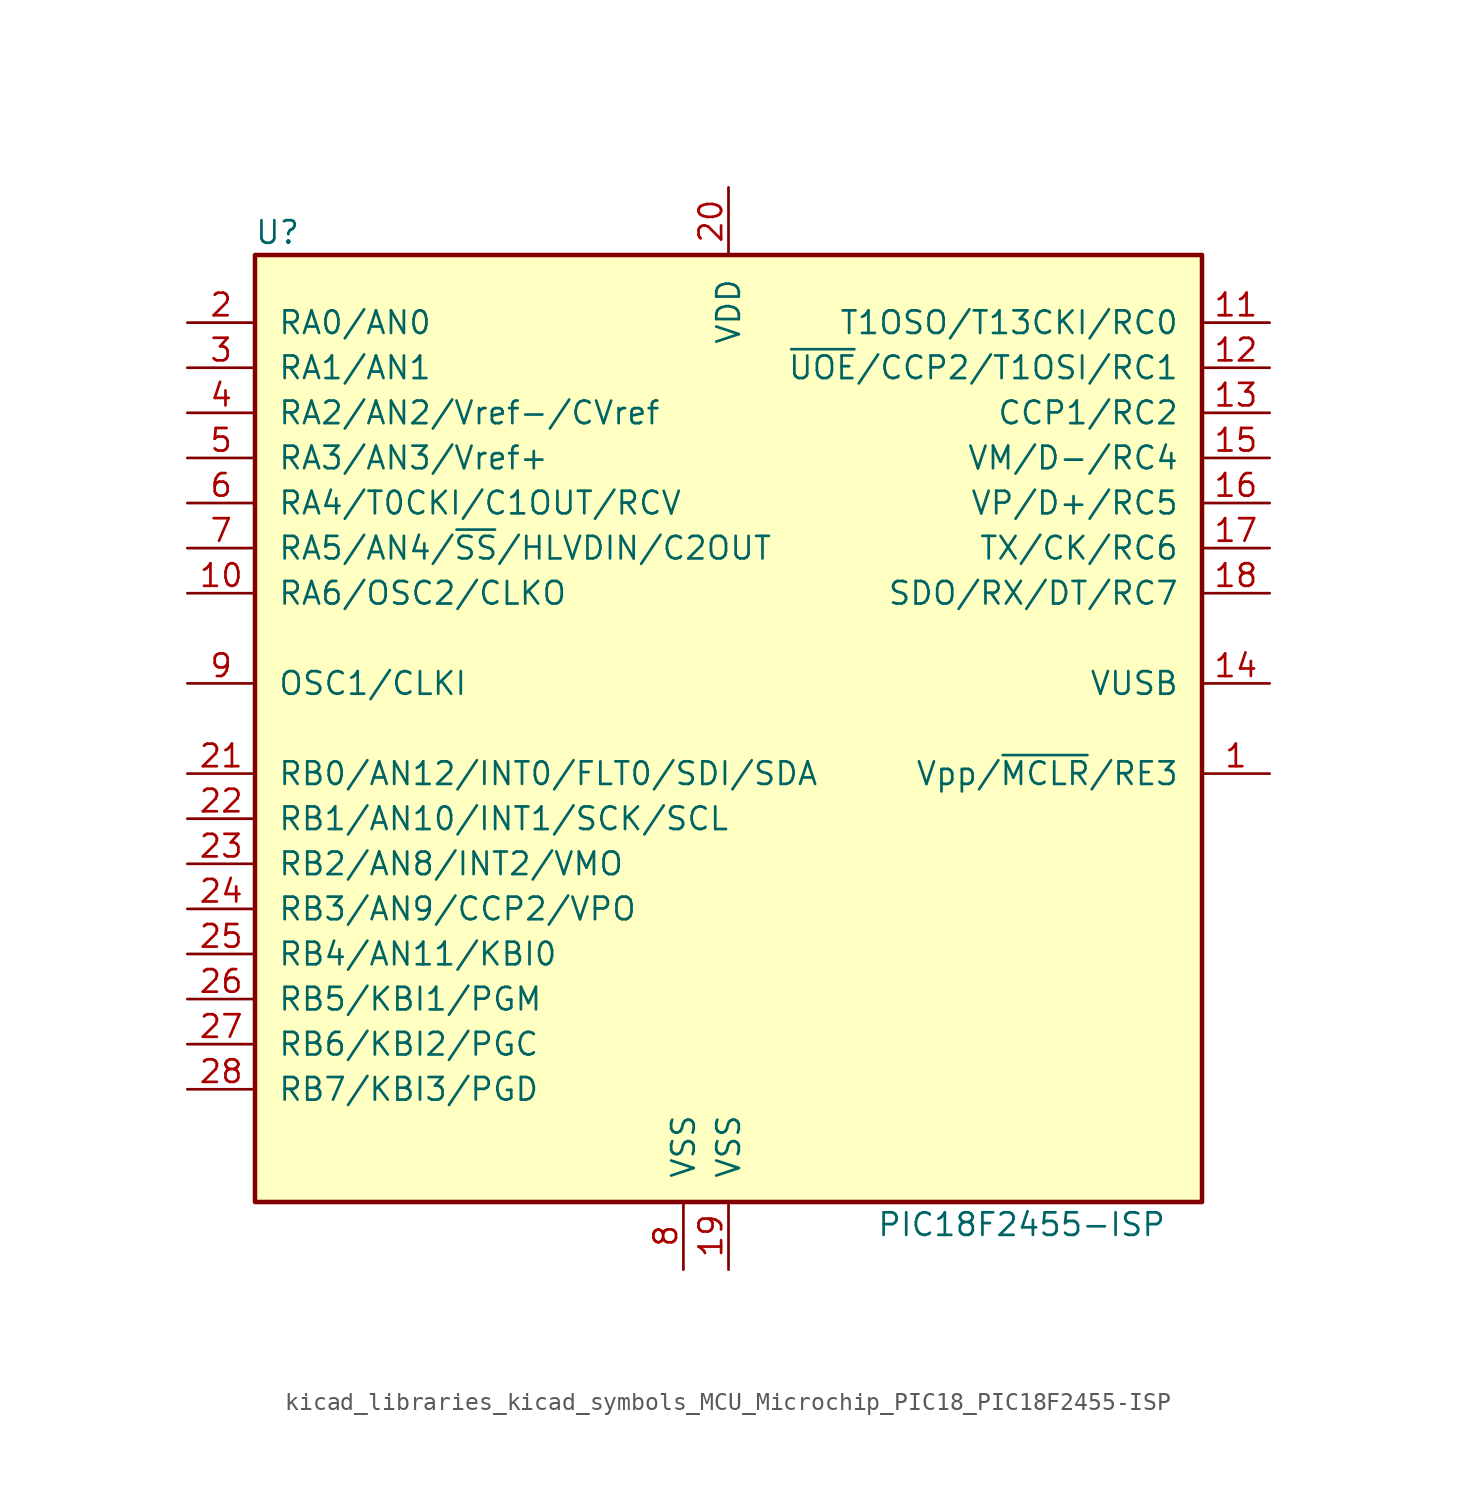
<source format=kicad_sym>
(kicad_symbol_lib
  (version 20220914)
  (generator kicad_symbol_editor)
  (symbol "kicad_libraries_kicad_symbols_MCU_Microchip_PIC18_PIC18F2455-ISP"
    (pin_names
      (offset 1.27))
    (property "Reference" "U"
      (at -25.4 27.94 0)
      (effects (font (size 1.27 1.27))))
    (property "Value" "PIC18F2455-ISP"
      (at 16.51 -27.94 0)
      (effects (font (size 1.27 1.27))))
    (symbol "kicad_libraries_kicad_symbols_MCU_Microchip_PIC18_PIC18F2455-ISP_0_1"
      (rectangle (start -26.67 26.67) (end 26.67 -26.67) (stroke (width 0.254) (type default)) (fill (type background))))
    (symbol "kicad_libraries_kicad_symbols_MCU_Microchip_PIC18_PIC18F2455-ISP_1_1"
      (pin input line (at 30.48 -2.54 180) (length 3.81) (name "Vpp/~{MCLR}/RE3" (effects (font (size 1.27 1.27)))) (number "1" (effects (font (size 1.27 1.27)))))
      (pin output line (at -30.48 7.62 0) (length 3.81) (name "RA6/OSC2/CLKO" (effects (font (size 1.27 1.27)))) (number "10" (effects (font (size 1.27 1.27)))))
      (pin bidirectional line (at 30.48 22.86 180) (length 3.81) (name "T1OSO/T13CKI/RC0" (effects (font (size 1.27 1.27)))) (number "11" (effects (font (size 1.27 1.27)))))
      (pin bidirectional line (at 30.48 20.32 180) (length 3.81) (name "~{UOE}/CCP2/T1OSI/RC1" (effects (font (size 1.27 1.27)))) (number "12" (effects (font (size 1.27 1.27)))))
      (pin bidirectional line (at 30.48 17.78 180) (length 3.81) (name "CCP1/RC2" (effects (font (size 1.27 1.27)))) (number "13" (effects (font (size 1.27 1.27)))))
      (pin bidirectional line (at 30.48 2.54 180) (length 3.81) (name "VUSB" (effects (font (size 1.27 1.27)))) (number "14" (effects (font (size 1.27 1.27)))))
      (pin bidirectional line (at 30.48 15.24 180) (length 3.81) (name "VM/D-/RC4" (effects (font (size 1.27 1.27)))) (number "15" (effects (font (size 1.27 1.27)))))
      (pin bidirectional line (at 30.48 12.7 180) (length 3.81) (name "VP/D+/RC5" (effects (font (size 1.27 1.27)))) (number "16" (effects (font (size 1.27 1.27)))))
      (pin bidirectional line (at 30.48 10.16 180) (length 3.81) (name "TX/CK/RC6" (effects (font (size 1.27 1.27)))) (number "17" (effects (font (size 1.27 1.27)))))
      (pin bidirectional line (at 30.48 7.62 180) (length 3.81) (name "SDO/RX/DT/RC7" (effects (font (size 1.27 1.27)))) (number "18" (effects (font (size 1.27 1.27)))))
      (pin power_in line (at 0 -30.48 90) (length 3.81) (name "VSS" (effects (font (size 1.27 1.27)))) (number "19" (effects (font (size 1.27 1.27)))))
      (pin bidirectional line (at -30.48 22.86 0) (length 3.81) (name "RA0/AN0" (effects (font (size 1.27 1.27)))) (number "2" (effects (font (size 1.27 1.27)))))
      (pin power_in line (at 0 30.48 270) (length 3.81) (name "VDD" (effects (font (size 1.27 1.27)))) (number "20" (effects (font (size 1.27 1.27)))))
      (pin bidirectional line (at -30.48 -2.54 0) (length 3.81) (name "RB0/AN12/INT0/FLT0/SDI/SDA" (effects (font (size 1.27 1.27)))) (number "21" (effects (font (size 1.27 1.27)))))
      (pin bidirectional line (at -30.48 -5.08 0) (length 3.81) (name "RB1/AN10/INT1/SCK/SCL" (effects (font (size 1.27 1.27)))) (number "22" (effects (font (size 1.27 1.27)))))
      (pin bidirectional line (at -30.48 -7.62 0) (length 3.81) (name "RB2/AN8/INT2/VMO" (effects (font (size 1.27 1.27)))) (number "23" (effects (font (size 1.27 1.27)))))
      (pin bidirectional line (at -30.48 -10.16 0) (length 3.81) (name "RB3/AN9/CCP2/VPO" (effects (font (size 1.27 1.27)))) (number "24" (effects (font (size 1.27 1.27)))))
      (pin bidirectional line (at -30.48 -12.7 0) (length 3.81) (name "RB4/AN11/KBI0" (effects (font (size 1.27 1.27)))) (number "25" (effects (font (size 1.27 1.27)))))
      (pin bidirectional line (at -30.48 -15.24 0) (length 3.81) (name "RB5/KBI1/PGM" (effects (font (size 1.27 1.27)))) (number "26" (effects (font (size 1.27 1.27)))))
      (pin bidirectional line (at -30.48 -17.78 0) (length 3.81) (name "RB6/KBI2/PGC" (effects (font (size 1.27 1.27)))) (number "27" (effects (font (size 1.27 1.27)))))
      (pin bidirectional line (at -30.48 -20.32 0) (length 3.81) (name "RB7/KBI3/PGD" (effects (font (size 1.27 1.27)))) (number "28" (effects (font (size 1.27 1.27)))))
      (pin bidirectional line (at -30.48 20.32 0) (length 3.81) (name "RA1/AN1" (effects (font (size 1.27 1.27)))) (number "3" (effects (font (size 1.27 1.27)))))
      (pin bidirectional line (at -30.48 17.78 0) (length 3.81) (name "RA2/AN2/Vref-/CVref" (effects (font (size 1.27 1.27)))) (number "4" (effects (font (size 1.27 1.27)))))
      (pin bidirectional line (at -30.48 15.24 0) (length 3.81) (name "RA3/AN3/Vref+" (effects (font (size 1.27 1.27)))) (number "5" (effects (font (size 1.27 1.27)))))
      (pin bidirectional line (at -30.48 12.7 0) (length 3.81) (name "RA4/T0CKI/C1OUT/RCV" (effects (font (size 1.27 1.27)))) (number "6" (effects (font (size 1.27 1.27)))))
      (pin bidirectional line (at -30.48 10.16 0) (length 3.81) (name "RA5/AN4/~{SS}/HLVDIN/C2OUT" (effects (font (size 1.27 1.27)))) (number "7" (effects (font (size 1.27 1.27)))))
      (pin power_in line (at -2.54 -30.48 90) (length 3.81) (name "VSS" (effects (font (size 1.27 1.27)))) (number "8" (effects (font (size 1.27 1.27)))))
      (pin input line (at -30.48 2.54 0) (length 3.81) (name "OSC1/CLKI" (effects (font (size 1.27 1.27)))) (number "9" (effects (font (size 1.27 1.27))))))))
</source>
